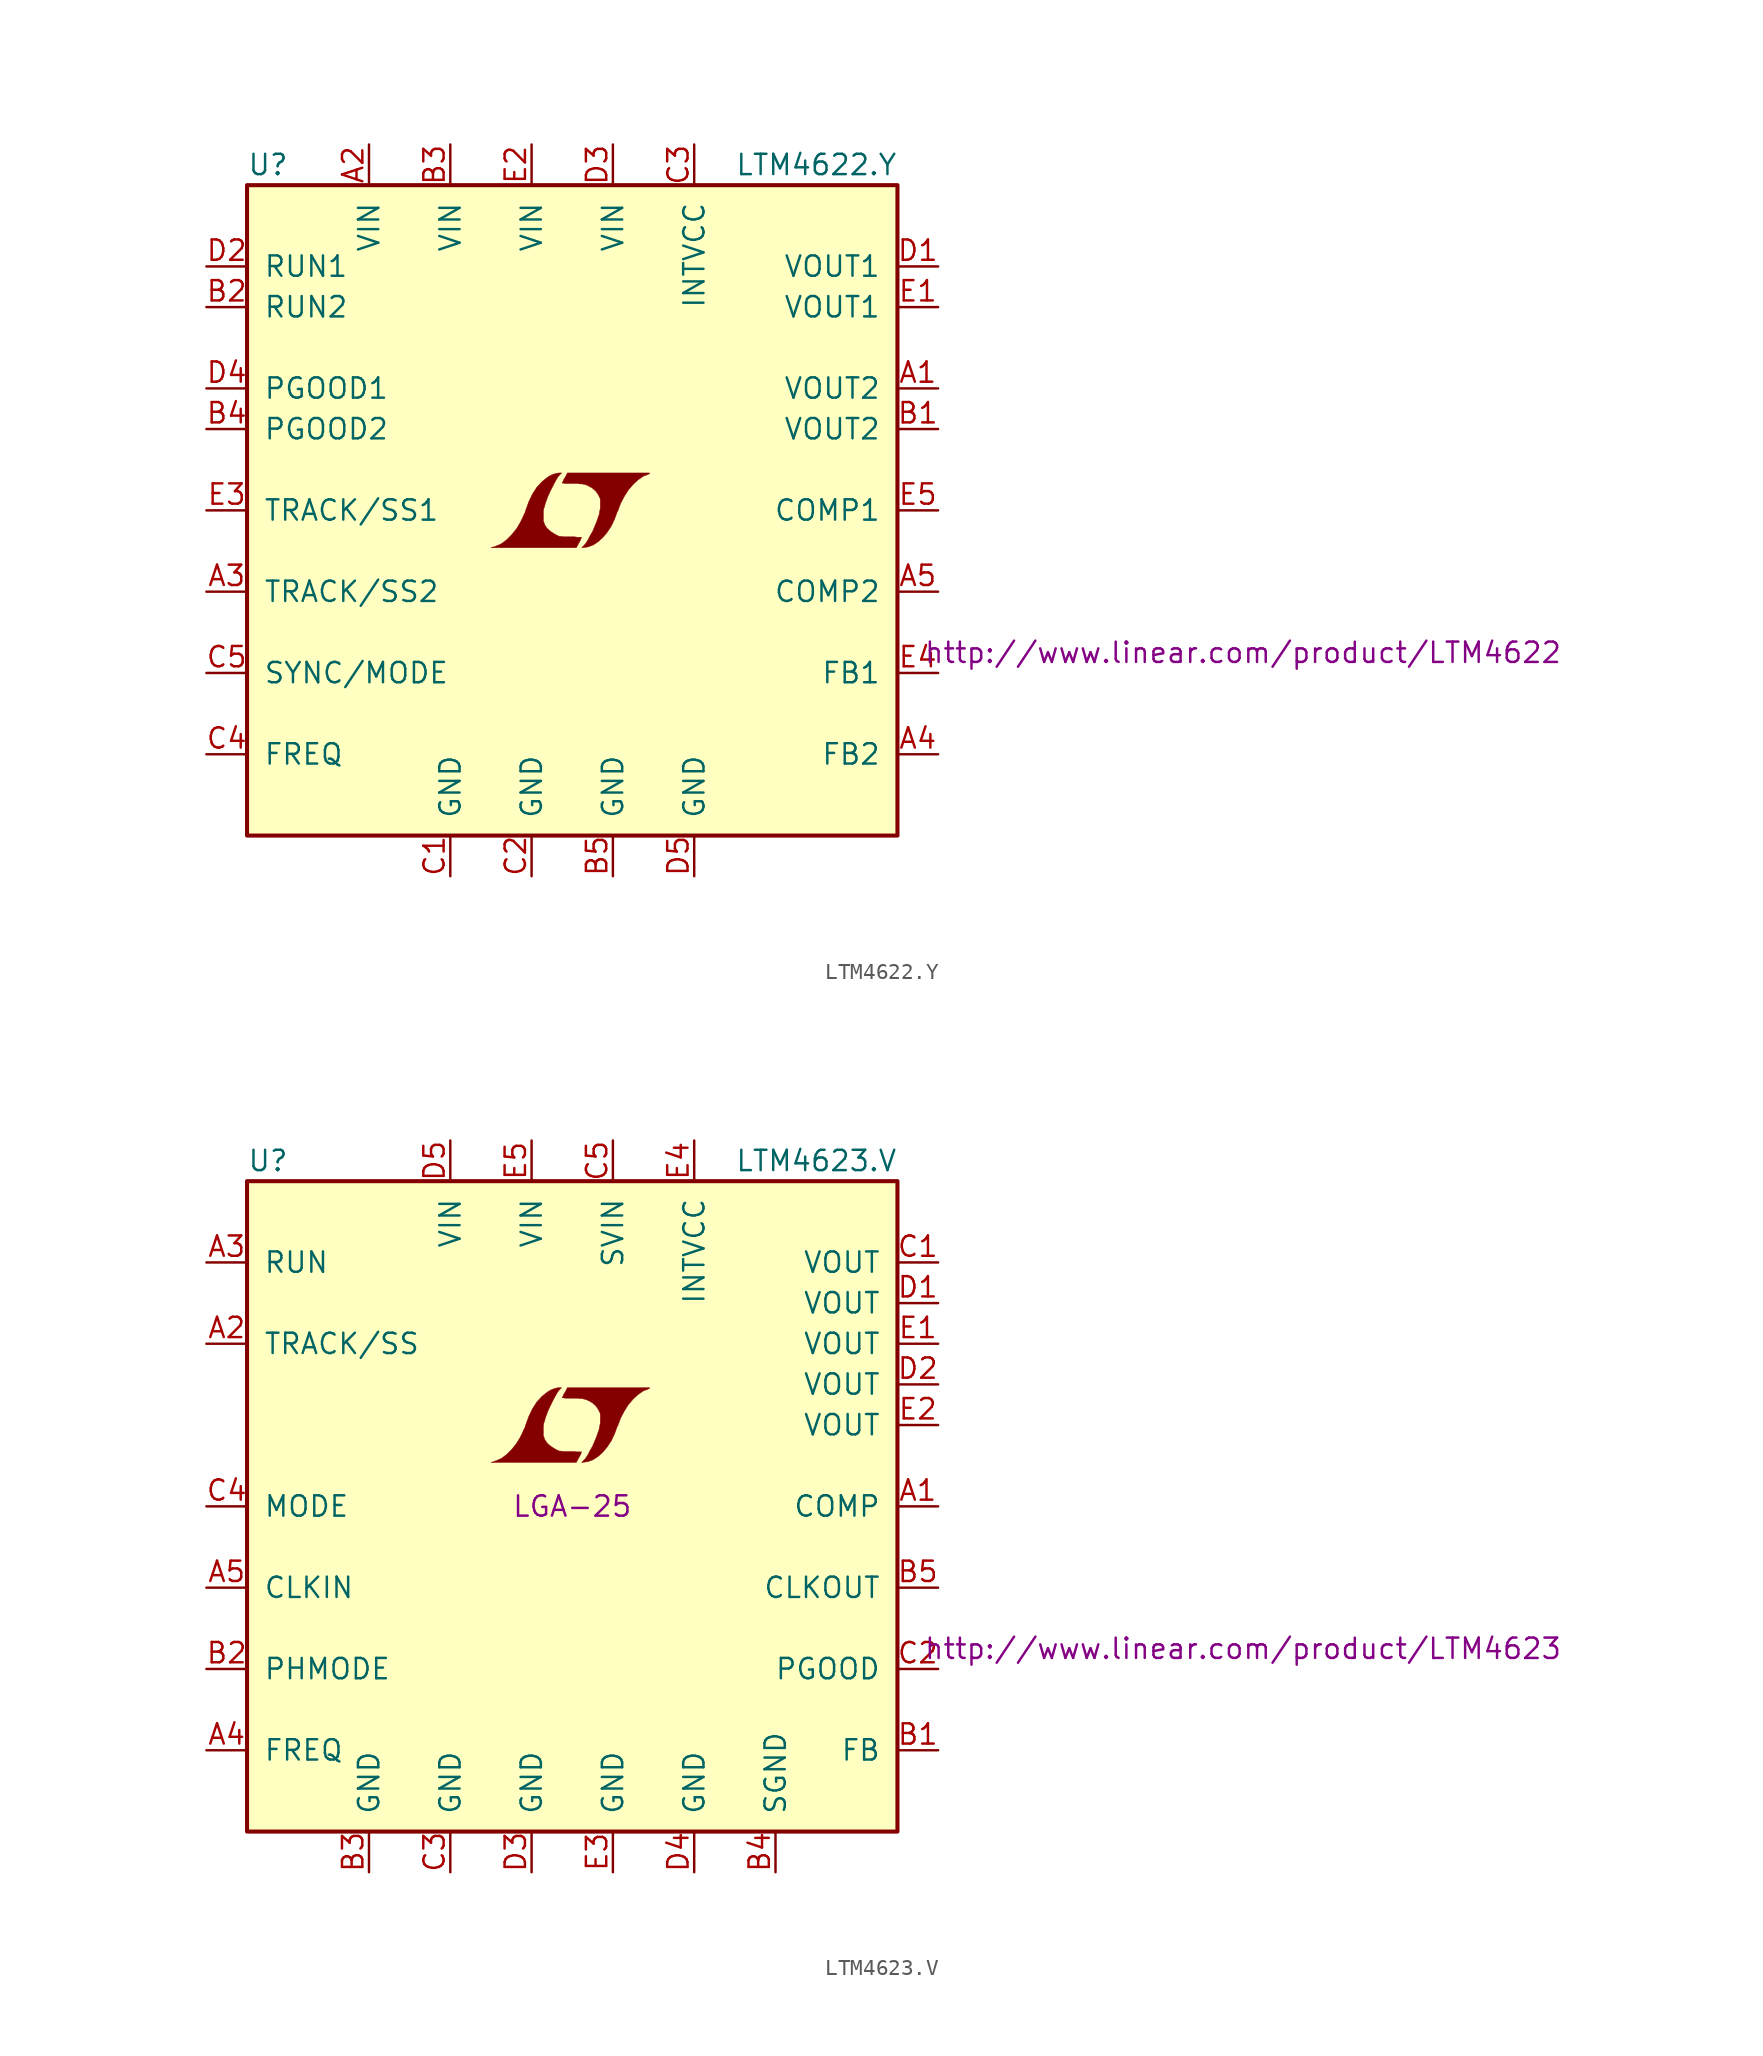
<source format=kicad_sym>
(kicad_symbol_lib
  (version 20201005)
  (generator kicad_symbol_editor)
  (symbol "LTM4622.Y"
    (pin_names
      (offset 1.016))
    (property "Reference" "U"
      (at -20.32 21.59 0)
      (effects (font (size 1.27 1.27)) (justify left)))
    (property "Value" "LTM4622.Y"
      (at 10.16 21.59 0)
      (effects (font (size 1.27 1.27)) (justify left)))
    (property "Datasheet" "http://www.linear.com/product/LTM4622"
      (at 41.91 -8.89 0)
      (effects (font (size 1.27 1.27))))
    (symbol "LTM4622.Y_0_0"
      (polyline (pts (xy 0.432 -2.007) (xy 0.457 -1.956) (xy 0.533 -1.829) (xy 0.559 -1.727) (xy 0.584 -1.676) (xy 0.305 -1.676) (xy 0.127 -1.651) (xy -0.559 -1.651) (xy -0.686 -1.626) (xy -0.787 -1.626) (xy -0.864 -1.6) (xy -1.067 -1.499) (xy -1.346 -1.321) (xy -1.575 -1.118) (xy -1.727 -0.889) (xy -1.753 -0.787) (xy -1.803 -0.66) (xy -1.803 -0.051) (xy -1.778 0.102) (xy -1.727 0.254) (xy -1.676 0.457) (xy -1.626 0.584) (xy -1.524 0.864) (xy -1.397 1.143) (xy -1.143 1.651) (xy -1.016 1.88) (xy -0.914 2.057) (xy -0.813 2.184) (xy -0.66 2.337) (xy -0.838 2.337) (xy -1.016 2.311) (xy -1.245 2.235) (xy -1.448 2.134) (xy -1.626 2.007) (xy -1.88 1.803) (xy -2.21 1.448) (xy -2.489 1.016) (xy -2.718 0.533) (xy -2.921 -0.025) (xy -2.946 -0.127) (xy -3.048 -0.33) (xy -3.15 -0.559) (xy -3.251 -0.762) (xy -3.48 -1.143) (xy -3.785 -1.524) (xy -4.089 -1.829) (xy -4.42 -2.083) (xy -4.775 -2.235) (xy -5.08 -2.337) (xy 0.254 -2.337) (xy 0.432 -2.007)) (stroke (width 0.025)) (fill (type outline)))
      (polyline (pts (xy 0.813 -2.311) (xy 0.991 -2.286) (xy 1.321 -2.159) (xy 1.626 -1.956) (xy 1.905 -1.702) (xy 2.184 -1.372) (xy 2.438 -0.991) (xy 2.642 -0.559) (xy 2.819 -0.076) (xy 2.845 -0.051) (xy 3.023 0.432) (xy 3.251 0.864) (xy 3.505 1.27) (xy 3.81 1.626) (xy 4.115 1.905) (xy 4.445 2.134) (xy 4.775 2.261) (xy 4.775 2.286) (xy 4.826 2.286) (xy 4.851 2.311) (xy 4.826 2.337) (xy -0.305 2.337) (xy -0.457 2.032) (xy -0.508 1.981) (xy -0.559 1.854) (xy -0.635 1.702) (xy -0.559 1.702) (xy -0.432 1.676) (xy 0.305 1.676) (xy 0.483 1.651) (xy 0.61 1.651) (xy 0.711 1.626) (xy 0.838 1.6) (xy 0.965 1.549) (xy 1.245 1.397) (xy 1.473 1.194) (xy 1.651 0.94) (xy 1.676 0.864) (xy 1.727 0.787) (xy 1.753 0.66) (xy 1.753 0.152) (xy 1.727 0) (xy 1.702 -0.127) (xy 1.676 -0.279) (xy 1.6 -0.483) (xy 1.524 -0.711) (xy 1.27 -1.321) (xy 1.118 -1.575) (xy 0.991 -1.829) (xy 0.864 -2.032) (xy 0.762 -2.159) (xy 0.584 -2.337) (xy 0.813 -2.311)) (stroke (width 0.025)) (fill (type outline))))
    (symbol "LTM4622.Y_0_1"
      (rectangle (start -20.32 20.32) (end 20.32 -20.32) (stroke (width 0.254)) (fill (type background))))
    (symbol "LTM4622.Y_1_1"
      (pin power_out line (at 22.86 7.62 180) (length 2.54) (name "VOUT2" (effects (font (size 1.27 1.27)))) (number "A1" (effects (font (size 1.27 1.27)))))
      (pin power_in line (at -12.7 22.86 270) (length 2.54) (name "VIN" (effects (font (size 1.27 1.27)))) (number "A2" (effects (font (size 1.27 1.27)))))
      (pin passive line (at -22.86 -5.08 0) (length 2.54) (name "TRACK/SS2" (effects (font (size 1.27 1.27)))) (number "A3" (effects (font (size 1.27 1.27)))))
      (pin passive line (at 22.86 -15.24 180) (length 2.54) (name "FB2" (effects (font (size 1.27 1.27)))) (number "A4" (effects (font (size 1.27 1.27)))))
      (pin passive line (at 22.86 -5.08 180) (length 2.54) (name "COMP2" (effects (font (size 1.27 1.27)))) (number "A5" (effects (font (size 1.27 1.27)))))
      (pin power_out line (at 22.86 5.08 180) (length 2.54) (name "VOUT2" (effects (font (size 1.27 1.27)))) (number "B1" (effects (font (size 1.27 1.27)))))
      (pin input line (at -22.86 12.7 0) (length 2.54) (name "RUN2" (effects (font (size 1.27 1.27)))) (number "B2" (effects (font (size 1.27 1.27)))))
      (pin power_in line (at -7.62 22.86 270) (length 2.54) (name "VIN" (effects (font (size 1.27 1.27)))) (number "B3" (effects (font (size 1.27 1.27)))))
      (pin open_collector line (at -22.86 5.08 0) (length 2.54) (name "PGOOD2" (effects (font (size 1.27 1.27)))) (number "B4" (effects (font (size 1.27 1.27)))))
      (pin power_in line (at 2.54 -22.86 90) (length 2.54) (name "GND" (effects (font (size 1.27 1.27)))) (number "B5" (effects (font (size 1.27 1.27)))))
      (pin power_in line (at -7.62 -22.86 90) (length 2.54) (name "GND" (effects (font (size 1.27 1.27)))) (number "C1" (effects (font (size 1.27 1.27)))))
      (pin power_in line (at -2.54 -22.86 90) (length 2.54) (name "GND" (effects (font (size 1.27 1.27)))) (number "C2" (effects (font (size 1.27 1.27)))))
      (pin passive line (at 7.62 22.86 270) (length 2.54) (name "INTVCC" (effects (font (size 1.27 1.27)))) (number "C3" (effects (font (size 1.27 1.27)))))
      (pin passive line (at -22.86 -15.24 0) (length 2.54) (name "FREQ" (effects (font (size 1.27 1.27)))) (number "C4" (effects (font (size 1.27 1.27)))))
      (pin input line (at -22.86 -10.16 0) (length 2.54) (name "SYNC/MODE" (effects (font (size 1.27 1.27)))) (number "C5" (effects (font (size 1.27 1.27)))))
      (pin power_out line (at 22.86 15.24 180) (length 2.54) (name "VOUT1" (effects (font (size 1.27 1.27)))) (number "D1" (effects (font (size 1.27 1.27)))))
      (pin input line (at -22.86 15.24 0) (length 2.54) (name "RUN1" (effects (font (size 1.27 1.27)))) (number "D2" (effects (font (size 1.27 1.27)))))
      (pin power_in line (at 2.54 22.86 270) (length 2.54) (name "VIN" (effects (font (size 1.27 1.27)))) (number "D3" (effects (font (size 1.27 1.27)))))
      (pin open_collector line (at -22.86 7.62 0) (length 2.54) (name "PGOOD1" (effects (font (size 1.27 1.27)))) (number "D4" (effects (font (size 1.27 1.27)))))
      (pin power_in line (at 7.62 -22.86 90) (length 2.54) (name "GND" (effects (font (size 1.27 1.27)))) (number "D5" (effects (font (size 1.27 1.27)))))
      (pin power_out line (at 22.86 12.7 180) (length 2.54) (name "VOUT1" (effects (font (size 1.27 1.27)))) (number "E1" (effects (font (size 1.27 1.27)))))
      (pin power_in line (at -2.54 22.86 270) (length 2.54) (name "VIN" (effects (font (size 1.27 1.27)))) (number "E2" (effects (font (size 1.27 1.27)))))
      (pin passive line (at -22.86 0 0) (length 2.54) (name "TRACK/SS1" (effects (font (size 1.27 1.27)))) (number "E3" (effects (font (size 1.27 1.27)))))
      (pin passive line (at 22.86 -10.16 180) (length 2.54) (name "FB1" (effects (font (size 1.27 1.27)))) (number "E4" (effects (font (size 1.27 1.27)))))
      (pin passive line (at 22.86 0 180) (length 2.54) (name "COMP1" (effects (font (size 1.27 1.27)))) (number "E5" (effects (font (size 1.27 1.27)))))))
  (symbol "LTM4623.V"
    (pin_names
      (offset 1.016))
    (property "Reference" "U"
      (at -20.32 21.59 0)
      (effects (font (size 1.27 1.27)) (justify left)))
    (property "Value" "LTM4623.V"
      (at 10.16 21.59 0)
      (effects (font (size 1.27 1.27)) (justify left)))
    (property "Footprint" "LGA-25"
      (at 0 0 0)
      (effects (font (size 1.27 1.27))))
    (property "Datasheet" "http://www.linear.com/product/LTM4623"
      (at 41.91 -8.89 0)
      (effects (font (size 1.27 1.27))))
    (symbol "LTM4623.V_0_0"
      (polyline (pts (xy 0.432 3.073) (xy 0.457 3.124) (xy 0.533 3.251) (xy 0.559 3.353) (xy 0.584 3.404) (xy 0.305 3.404) (xy 0.127 3.429) (xy -0.559 3.429) (xy -0.686 3.454) (xy -0.787 3.454) (xy -0.864 3.48) (xy -1.067 3.581) (xy -1.346 3.759) (xy -1.575 3.962) (xy -1.727 4.191) (xy -1.753 4.293) (xy -1.803 4.42) (xy -1.803 5.029) (xy -1.778 5.182) (xy -1.727 5.334) (xy -1.676 5.537) (xy -1.626 5.664) (xy -1.524 5.944) (xy -1.397 6.223) (xy -1.143 6.731) (xy -1.016 6.96) (xy -0.914 7.137) (xy -0.813 7.264) (xy -0.66 7.417) (xy -0.838 7.417) (xy -1.016 7.391) (xy -1.245 7.315) (xy -1.448 7.214) (xy -1.626 7.087) (xy -1.88 6.883) (xy -2.21 6.528) (xy -2.489 6.096) (xy -2.718 5.613) (xy -2.921 5.055) (xy -2.946 4.953) (xy -3.048 4.75) (xy -3.15 4.521) (xy -3.251 4.318) (xy -3.48 3.937) (xy -3.785 3.556) (xy -4.089 3.251) (xy -4.42 2.997) (xy -4.775 2.845) (xy -5.08 2.743) (xy 0.254 2.743) (xy 0.432 3.073)) (stroke (width 0.025)) (fill (type outline)))
      (polyline (pts (xy 0.813 2.769) (xy 0.991 2.794) (xy 1.321 2.921) (xy 1.626 3.124) (xy 1.905 3.378) (xy 2.184 3.708) (xy 2.438 4.089) (xy 2.642 4.521) (xy 2.819 5.004) (xy 2.845 5.029) (xy 3.023 5.512) (xy 3.251 5.944) (xy 3.505 6.35) (xy 3.81 6.706) (xy 4.115 6.985) (xy 4.445 7.214) (xy 4.775 7.341) (xy 4.775 7.366) (xy 4.826 7.366) (xy 4.851 7.391) (xy 4.826 7.417) (xy -0.305 7.417) (xy -0.457 7.112) (xy -0.508 7.061) (xy -0.559 6.934) (xy -0.635 6.782) (xy -0.559 6.782) (xy -0.432 6.756) (xy 0.305 6.756) (xy 0.483 6.731) (xy 0.61 6.731) (xy 0.711 6.706) (xy 0.838 6.68) (xy 0.965 6.629) (xy 1.245 6.477) (xy 1.473 6.274) (xy 1.651 6.02) (xy 1.676 5.944) (xy 1.727 5.867) (xy 1.753 5.74) (xy 1.753 5.232) (xy 1.727 5.08) (xy 1.702 4.953) (xy 1.676 4.801) (xy 1.6 4.597) (xy 1.524 4.369) (xy 1.27 3.759) (xy 1.118 3.505) (xy 0.991 3.251) (xy 0.864 3.048) (xy 0.762 2.921) (xy 0.584 2.743) (xy 0.813 2.769)) (stroke (width 0.025)) (fill (type outline))))
    (symbol "LTM4623.V_0_1"
      (rectangle (start -20.32 20.32) (end 20.32 -20.32) (stroke (width 0.254)) (fill (type background))))
    (symbol "LTM4623.V_1_1"
      (pin passive line (at 22.86 0 180) (length 2.54) (name "COMP" (effects (font (size 1.27 1.27)))) (number "A1" (effects (font (size 1.27 1.27)))))
      (pin passive line (at -22.86 10.16 0) (length 2.54) (name "TRACK/SS" (effects (font (size 1.27 1.27)))) (number "A2" (effects (font (size 1.27 1.27)))))
      (pin input line (at -22.86 15.24 0) (length 2.54) (name "RUN" (effects (font (size 1.27 1.27)))) (number "A3" (effects (font (size 1.27 1.27)))))
      (pin passive line (at -22.86 -15.24 0) (length 2.54) (name "FREQ" (effects (font (size 1.27 1.27)))) (number "A4" (effects (font (size 1.27 1.27)))))
      (pin input line (at -22.86 -5.08 0) (length 2.54) (name "CLKIN" (effects (font (size 1.27 1.27)))) (number "A5" (effects (font (size 1.27 1.27)))))
      (pin passive line (at 22.86 -15.24 180) (length 2.54) (name "FB" (effects (font (size 1.27 1.27)))) (number "B1" (effects (font (size 1.27 1.27)))))
      (pin input line (at -22.86 -10.16 0) (length 2.54) (name "PHMODE" (effects (font (size 1.27 1.27)))) (number "B2" (effects (font (size 1.27 1.27)))))
      (pin power_in line (at -12.7 -22.86 90) (length 2.54) (name "GND" (effects (font (size 1.27 1.27)))) (number "B3" (effects (font (size 1.27 1.27)))))
      (pin power_in line (at 12.7 -22.86 90) (length 2.54) (name "SGND" (effects (font (size 1.27 1.27)))) (number "B4" (effects (font (size 1.27 1.27)))))
      (pin output line (at 22.86 -5.08 180) (length 2.54) (name "CLKOUT" (effects (font (size 1.27 1.27)))) (number "B5" (effects (font (size 1.27 1.27)))))
      (pin power_out line (at 22.86 15.24 180) (length 2.54) (name "VOUT" (effects (font (size 1.27 1.27)))) (number "C1" (effects (font (size 1.27 1.27)))))
      (pin open_collector line (at 22.86 -10.16 180) (length 2.54) (name "PGOOD" (effects (font (size 1.27 1.27)))) (number "C2" (effects (font (size 1.27 1.27)))))
      (pin power_in line (at -7.62 -22.86 90) (length 2.54) (name "GND" (effects (font (size 1.27 1.27)))) (number "C3" (effects (font (size 1.27 1.27)))))
      (pin input line (at -22.86 0 0) (length 2.54) (name "MODE" (effects (font (size 1.27 1.27)))) (number "C4" (effects (font (size 1.27 1.27)))))
      (pin power_in line (at 2.54 22.86 270) (length 2.54) (name "SVIN" (effects (font (size 1.27 1.27)))) (number "C5" (effects (font (size 1.27 1.27)))))
      (pin power_out line (at 22.86 12.7 180) (length 2.54) (name "VOUT" (effects (font (size 1.27 1.27)))) (number "D1" (effects (font (size 1.27 1.27)))))
      (pin power_out line (at 22.86 7.62 180) (length 2.54) (name "VOUT" (effects (font (size 1.27 1.27)))) (number "D2" (effects (font (size 1.27 1.27)))))
      (pin power_in line (at -2.54 -22.86 90) (length 2.54) (name "GND" (effects (font (size 1.27 1.27)))) (number "D3" (effects (font (size 1.27 1.27)))))
      (pin power_in line (at 7.62 -22.86 90) (length 2.54) (name "GND" (effects (font (size 1.27 1.27)))) (number "D4" (effects (font (size 1.27 1.27)))))
      (pin power_in line (at -7.62 22.86 270) (length 2.54) (name "VIN" (effects (font (size 1.27 1.27)))) (number "D5" (effects (font (size 1.27 1.27)))))
      (pin power_out line (at 22.86 10.16 180) (length 2.54) (name "VOUT" (effects (font (size 1.27 1.27)))) (number "E1" (effects (font (size 1.27 1.27)))))
      (pin power_out line (at 22.86 5.08 180) (length 2.54) (name "VOUT" (effects (font (size 1.27 1.27)))) (number "E2" (effects (font (size 1.27 1.27)))))
      (pin power_in line (at 2.54 -22.86 90) (length 2.54) (name "GND" (effects (font (size 1.27 1.27)))) (number "E3" (effects (font (size 1.27 1.27)))))
      (pin passive line (at 7.62 22.86 270) (length 2.54) (name "INTVCC" (effects (font (size 1.27 1.27)))) (number "E4" (effects (font (size 1.27 1.27)))))
      (pin power_in line (at -2.54 22.86 270) (length 2.54) (name "VIN" (effects (font (size 1.27 1.27)))) (number "E5" (effects (font (size 1.27 1.27))))))))
</source>
